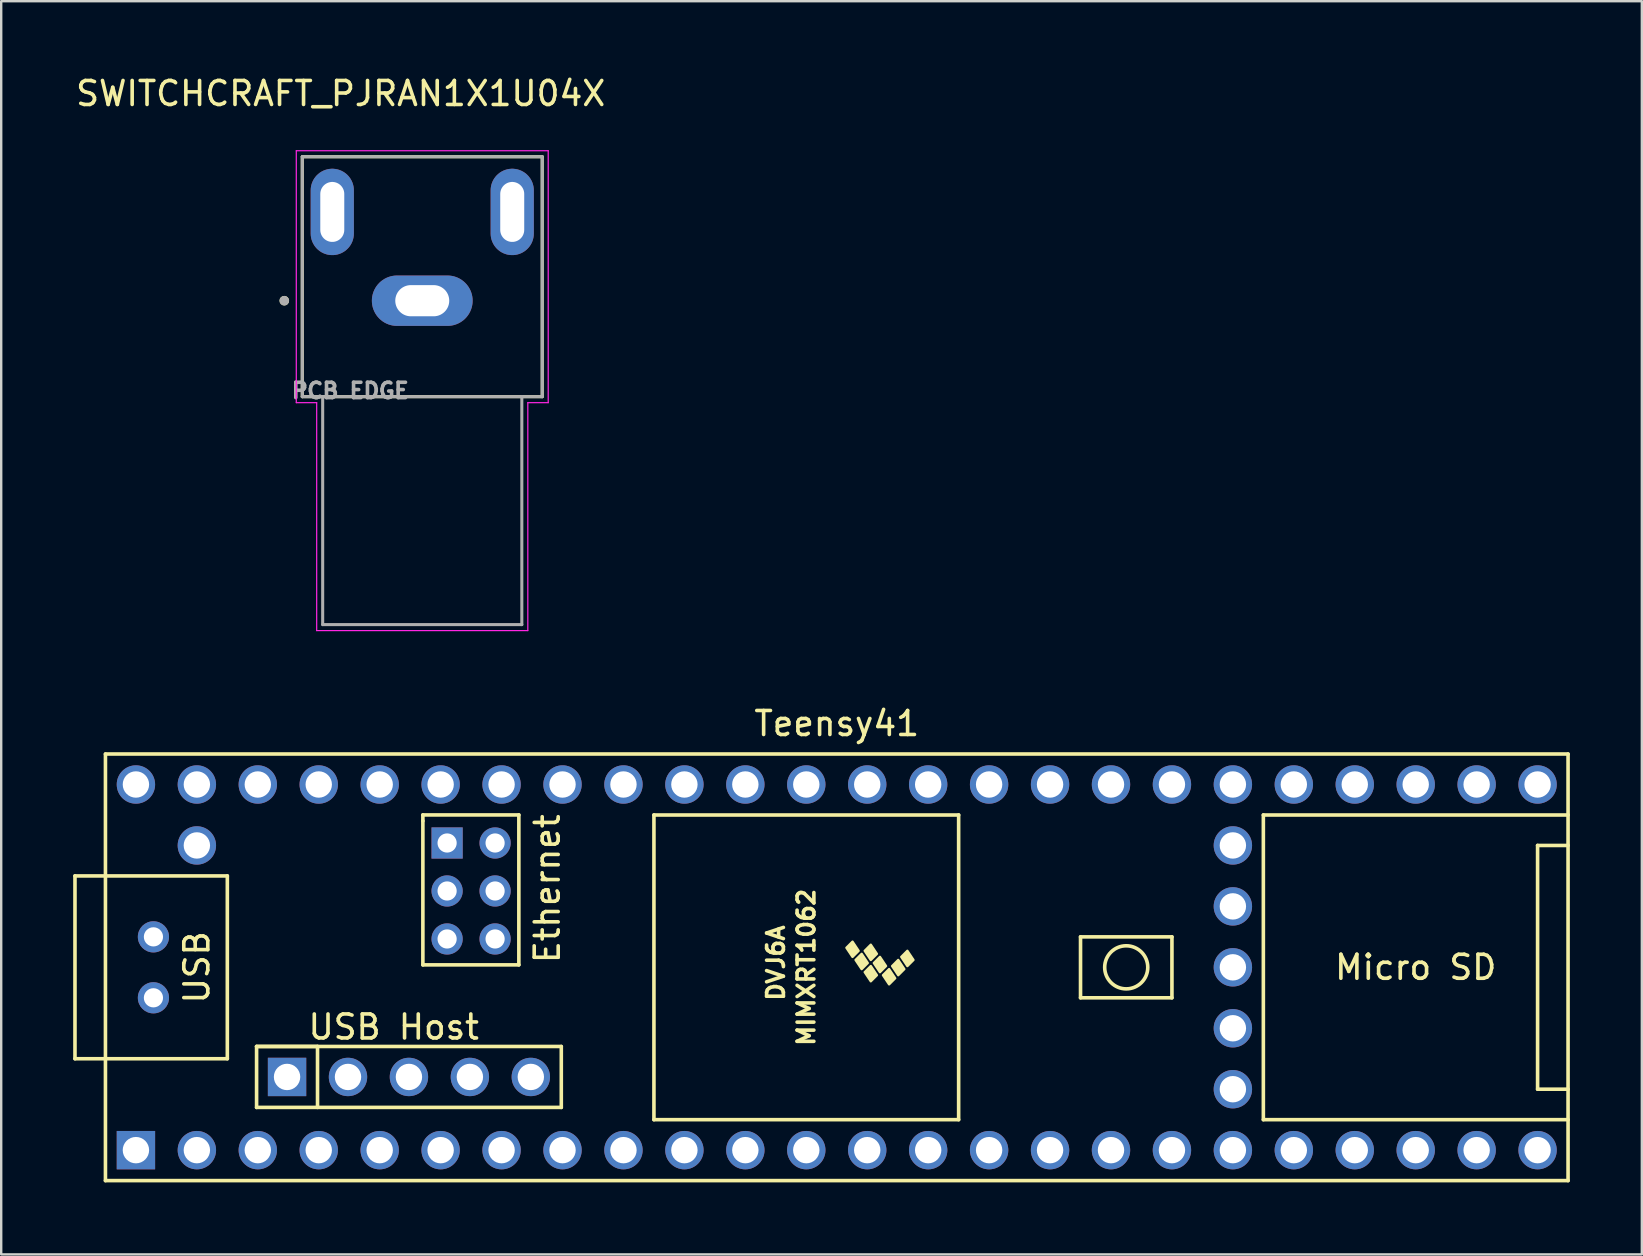
<source format=kicad_pcb>
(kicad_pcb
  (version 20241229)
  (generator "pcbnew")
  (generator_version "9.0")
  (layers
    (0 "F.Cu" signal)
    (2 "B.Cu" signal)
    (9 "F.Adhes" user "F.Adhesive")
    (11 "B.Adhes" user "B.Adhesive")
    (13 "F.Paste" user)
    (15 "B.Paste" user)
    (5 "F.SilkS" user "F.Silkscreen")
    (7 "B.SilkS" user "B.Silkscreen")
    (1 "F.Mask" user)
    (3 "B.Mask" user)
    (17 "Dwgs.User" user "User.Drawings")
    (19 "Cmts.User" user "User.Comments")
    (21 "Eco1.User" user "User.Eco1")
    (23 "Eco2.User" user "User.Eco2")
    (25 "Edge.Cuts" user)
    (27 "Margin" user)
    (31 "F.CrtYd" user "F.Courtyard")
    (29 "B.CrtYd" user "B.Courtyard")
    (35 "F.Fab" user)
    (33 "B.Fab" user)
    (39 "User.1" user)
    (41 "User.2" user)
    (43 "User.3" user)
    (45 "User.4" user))
  (footprint "Teensy41"
    (layer "F.Cu")
    (at 31.825 37.267)
    (property "Reference" "Teensy41" (at 0 -10.16 0) (layer "F.SilkS") (effects (font (size 1 1) (thickness 0.15))))
    (attr through_hole)
    (fp_line (start -31.75 -3.81) (end -30.48 -3.81) (stroke (width 0.15) (type solid)) (layer "F.SilkS"))
    (fp_line (start -31.75 3.81) (end -31.75 -3.81) (stroke (width 0.15) (type solid)) (layer "F.SilkS"))
    (fp_line (start -30.48 -8.89) (end 30.48 -8.89) (stroke (width 0.15) (type solid)) (layer "F.SilkS"))
    (fp_line (start -30.48 3.81) (end -31.75 3.81) (stroke (width 0.15) (type solid)) (layer "F.SilkS"))
    (fp_line (start -30.48 8.89) (end -30.48 -8.89) (stroke (width 0.15) (type solid)) (layer "F.SilkS"))
    (fp_line (start -25.4 -3.81) (end -30.48 -3.81) (stroke (width 0.15) (type solid)) (layer "F.SilkS"))
    (fp_line (start -25.4 3.81) (end -30.48 3.81) (stroke (width 0.15) (type solid)) (layer "F.SilkS"))
    (fp_line (start -25.4 3.81) (end -25.4 -3.81) (stroke (width 0.15) (type solid)) (layer "F.SilkS"))
    (fp_line (start -24.181 3.299) (end -21.641 3.299) (stroke (width 0.15) (type solid)) (layer "F.SilkS"))
    (fp_line (start -24.181 3.299) (end -11.481 3.299) (stroke (width 0.15) (type solid)) (layer "F.SilkS"))
    (fp_line (start -24.181 5.839) (end -24.181 3.299) (stroke (width 0.15) (type solid)) (layer "F.SilkS"))
    (fp_line (start -21.641 3.299) (end -21.641 5.839) (stroke (width 0.15) (type solid)) (layer "F.SilkS"))
    (fp_line (start -17.25 -6.352) (end -17.25 -6.102) (stroke (width 0.15) (type solid)) (layer "F.SilkS"))
    (fp_line (start -17.25 -6.102) (end -17.25 -0.102) (stroke (width 0.15) (type solid)) (layer "F.SilkS"))
    (fp_line (start -17.25 -0.102) (end -13.25 -0.102) (stroke (width 0.15) (type solid)) (layer "F.SilkS"))
    (fp_line (start -13.25 -6.352) (end -17.25 -6.352) (stroke (width 0.15) (type solid)) (layer "F.SilkS"))
    (fp_line (start -13.25 -0.102) (end -13.25 -6.352) (stroke (width 0.15) (type solid)) (layer "F.SilkS"))
    (fp_line (start -11.481 3.299) (end -11.481 5.839) (stroke (width 0.15) (type solid)) (layer "F.SilkS"))
    (fp_line (start -11.481 5.839) (end -24.181 5.839) (stroke (width 0.15) (type solid)) (layer "F.SilkS"))
    (fp_line (start -7.62 -6.35) (end -7.62 6.35) (stroke (width 0.15) (type solid)) (layer "F.SilkS"))
    (fp_line (start -7.62 6.35) (end 5.08 6.35) (stroke (width 0.15) (type solid)) (layer "F.SilkS"))
    (fp_line (start 5.08 -6.35) (end -7.62 -6.35) (stroke (width 0.15) (type solid)) (layer "F.SilkS"))
    (fp_line (start 5.08 6.35) (end 5.08 -6.35) (stroke (width 0.15) (type solid)) (layer "F.SilkS"))
    (fp_line (start 10.16 -1.27) (end 13.97 -1.27) (stroke (width 0.15) (type solid)) (layer "F.SilkS"))
    (fp_line (start 10.16 1.27) (end 10.16 -1.27) (stroke (width 0.15) (type solid)) (layer "F.SilkS"))
    (fp_line (start 13.97 -1.27) (end 13.97 1.27) (stroke (width 0.15) (type solid)) (layer "F.SilkS"))
    (fp_line (start 13.97 1.27) (end 10.16 1.27) (stroke (width 0.15) (type solid)) (layer "F.SilkS"))
    (fp_line (start 17.78 -6.35) (end 17.78 6.35) (stroke (width 0.15) (type solid)) (layer "F.SilkS"))
    (fp_line (start 17.78 6.35) (end 30.48 6.35) (stroke (width 0.15) (type solid)) (layer "F.SilkS"))
    (fp_line (start 29.21 -5.08) (end 29.21 5.08) (stroke (width 0.15) (type solid)) (layer "F.SilkS"))
    (fp_line (start 29.21 5.08) (end 30.48 5.08) (stroke (width 0.15) (type solid)) (layer "F.SilkS"))
    (fp_line (start 30.48 -8.89) (end 30.48 8.89) (stroke (width 0.15) (type solid)) (layer "F.SilkS"))
    (fp_line (start 30.48 -6.35) (end 17.78 -6.35) (stroke (width 0.15) (type solid)) (layer "F.SilkS"))
    (fp_line (start 30.48 -5.08) (end 29.21 -5.08) (stroke (width 0.15) (type solid)) (layer "F.SilkS"))
    (fp_line (start 30.48 8.89) (end -30.48 8.89) (stroke (width 0.15) (type solid)) (layer "F.SilkS"))
    (fp_circle (center 12.065 0) (end 12.7 -0.635) (stroke (width 0.15) (type solid)) (fill no) (layer "F.SilkS"))
    (fp_poly (pts (xy 0.911 -0.688) (xy 0.657 -0.434) (xy 0.403 -0.815) (xy 0.657 -1.069)) (stroke (width 0.1) (type solid)) (fill yes) (layer "F.SilkS"))
    (fp_poly (pts (xy 1.292 -0.18) (xy 1.038 0.074) (xy 0.784 -0.307) (xy 1.038 -0.561)) (stroke (width 0.1) (type solid)) (fill yes) (layer "F.SilkS"))
    (fp_poly (pts (xy 1.673 -0.561) (xy 1.419 -0.307) (xy 1.165 -0.688) (xy 1.419 -0.942)) (stroke (width 0.1) (type solid)) (fill yes) (layer "F.SilkS"))
    (fp_poly (pts (xy 1.673 0.328) (xy 1.419 0.582) (xy 1.165 0.201) (xy 1.419 -0.053)) (stroke (width 0.1) (type solid)) (fill yes) (layer "F.SilkS"))
    (fp_poly (pts (xy 2.054 -0.053) (xy 1.8 0.201) (xy 1.546 -0.18) (xy 1.8 -0.434)) (stroke (width 0.1) (type solid)) (fill yes) (layer "F.SilkS"))
    (fp_poly (pts (xy 2.435 0.455) (xy 2.181 0.709) (xy 1.927 0.328) (xy 2.181 0.074)) (stroke (width 0.1) (type solid)) (fill yes) (layer "F.SilkS"))
    (fp_poly (pts (xy 2.816 0.074) (xy 2.562 0.328) (xy 2.308 -0.053) (xy 2.562 -0.307)) (stroke (width 0.1) (type solid)) (fill yes) (layer "F.SilkS"))
    (fp_poly (pts (xy 3.197 -0.307) (xy 2.943 -0.053) (xy 2.689 -0.434) (xy 2.943 -0.688)) (stroke (width 0.1) (type solid)) (fill yes) (layer "F.SilkS"))
    (fp_text user "MIMXRT1062" (at -1.27 0 270) (layer "F.SilkS") (effects (font (size 0.7 0.7) (thickness 0.15))))
    (fp_text user "DVJ6A" (at -2.54 -0.18 270) (layer "F.SilkS") (effects (font (size 0.7 0.7) (thickness 0.15))))
    (fp_text user "Micro SD" (at 24.13 0 0) (layer "F.SilkS") (effects (font (size 1 1) (thickness 0.15))))
    (fp_text user "USB" (at -26.67 0 270) (layer "F.SilkS") (effects (font (size 1 1) (thickness 0.15))))
    (fp_text user "Ethernet" (at -12.065 -3.277 90) (layer "F.SilkS") (effects (font (size 1 1) (thickness 0.15))))
    (fp_text user "USB Host" (at -18.466 2.489 0) (layer "F.SilkS") (effects (font (size 1 1) (thickness 0.15))))
    (pad "1" thru_hole rect (at -29.21 7.62) (size 1.6 1.6) (drill 1.1) (layers "*.Cu" "*.Mask"))
    (pad "2" thru_hole circle (at -26.67 7.62) (size 1.6 1.6) (drill 1.1) (layers "*.Cu" "*.Mask"))
    (pad "3" thru_hole circle (at -24.13 7.62) (size 1.6 1.6) (drill 1.1) (layers "*.Cu" "*.Mask"))
    (pad "4" thru_hole circle (at -21.59 7.62) (size 1.6 1.6) (drill 1.1) (layers "*.Cu" "*.Mask"))
    (pad "5" thru_hole circle (at -19.05 7.62) (size 1.6 1.6) (drill 1.1) (layers "*.Cu" "*.Mask"))
    (pad "6" thru_hole circle (at -16.51 7.62) (size 1.6 1.6) (drill 1.1) (layers "*.Cu" "*.Mask"))
    (pad "7" thru_hole circle (at -13.97 7.62) (size 1.6 1.6) (drill 1.1) (layers "*.Cu" "*.Mask"))
    (pad "8" thru_hole circle (at -11.43 7.62) (size 1.6 1.6) (drill 1.1) (layers "*.Cu" "*.Mask"))
    (pad "9" thru_hole circle (at -8.89 7.62) (size 1.6 1.6) (drill 1.1) (layers "*.Cu" "*.Mask"))
    (pad "10" thru_hole circle (at -6.35 7.62) (size 1.6 1.6) (drill 1.1) (layers "*.Cu" "*.Mask"))
    (pad "11" thru_hole circle (at -3.81 7.62) (size 1.6 1.6) (drill 1.1) (layers "*.Cu" "*.Mask"))
    (pad "12" thru_hole circle (at -1.27 7.62) (size 1.6 1.6) (drill 1.1) (layers "*.Cu" "*.Mask"))
    (pad "13" thru_hole circle (at 1.27 7.62) (size 1.6 1.6) (drill 1.1) (layers "*.Cu" "*.Mask"))
    (pad "14" thru_hole circle (at 3.81 7.62) (size 1.6 1.6) (drill 1.1) (layers "*.Cu" "*.Mask"))
    (pad "15" thru_hole circle (at 6.35 7.62) (size 1.6 1.6) (drill 1.1) (layers "*.Cu" "*.Mask"))
    (pad "16" thru_hole circle (at 8.89 7.62) (size 1.6 1.6) (drill 1.1) (layers "*.Cu" "*.Mask"))
    (pad "17" thru_hole circle (at 11.43 7.62) (size 1.6 1.6) (drill 1.1) (layers "*.Cu" "*.Mask"))
    (pad "18" thru_hole circle (at 13.97 7.62) (size 1.6 1.6) (drill 1.1) (layers "*.Cu" "*.Mask"))
    (pad "19" thru_hole circle (at 16.51 7.62) (size 1.6 1.6) (drill 1.1) (layers "*.Cu" "*.Mask"))
    (pad "20" thru_hole circle (at 19.05 7.62) (size 1.6 1.6) (drill 1.1) (layers "*.Cu" "*.Mask"))
    (pad "21" thru_hole circle (at 21.59 7.62) (size 1.6 1.6) (drill 1.1) (layers "*.Cu" "*.Mask"))
    (pad "22" thru_hole circle (at 24.13 7.62) (size 1.6 1.6) (drill 1.1) (layers "*.Cu" "*.Mask"))
    (pad "23" thru_hole circle (at 26.67 7.62) (size 1.6 1.6) (drill 1.1) (layers "*.Cu" "*.Mask"))
    (pad "24" thru_hole circle (at 29.21 7.62) (size 1.6 1.6) (drill 1.1) (layers "*.Cu" "*.Mask"))
    (pad "25" thru_hole circle (at 29.21 -7.62) (size 1.6 1.6) (drill 1.1) (layers "*.Cu" "*.Mask"))
    (pad "26" thru_hole circle (at 26.67 -7.62) (size 1.6 1.6) (drill 1.1) (layers "*.Cu" "*.Mask"))
    (pad "27" thru_hole circle (at 24.13 -7.62) (size 1.6 1.6) (drill 1.1) (layers "*.Cu" "*.Mask"))
    (pad "28" thru_hole circle (at 21.59 -7.62) (size 1.6 1.6) (drill 1.1) (layers "*.Cu" "*.Mask"))
    (pad "29" thru_hole circle (at 19.05 -7.62) (size 1.6 1.6) (drill 1.1) (layers "*.Cu" "*.Mask"))
    (pad "30" thru_hole circle (at 16.51 -7.62) (size 1.6 1.6) (drill 1.1) (layers "*.Cu" "*.Mask"))
    (pad "31" thru_hole circle (at 13.97 -7.62) (size 1.6 1.6) (drill 1.1) (layers "*.Cu" "*.Mask"))
    (pad "32" thru_hole circle (at 11.43 -7.62) (size 1.6 1.6) (drill 1.1) (layers "*.Cu" "*.Mask"))
    (pad "33" thru_hole circle (at 8.89 -7.62) (size 1.6 1.6) (drill 1.1) (layers "*.Cu" "*.Mask"))
    (pad "34" thru_hole circle (at 6.35 -7.62) (size 1.6 1.6) (drill 1.1) (layers "*.Cu" "*.Mask"))
    (pad "35" thru_hole circle (at 3.81 -7.62) (size 1.6 1.6) (drill 1.1) (layers "*.Cu" "*.Mask"))
    (pad "36" thru_hole circle (at 1.27 -7.62) (size 1.6 1.6) (drill 1.1) (layers "*.Cu" "*.Mask"))
    (pad "37" thru_hole circle (at -1.27 -7.62) (size 1.6 1.6) (drill 1.1) (layers "*.Cu" "*.Mask"))
    (pad "38" thru_hole circle (at -3.81 -7.62) (size 1.6 1.6) (drill 1.1) (layers "*.Cu" "*.Mask"))
    (pad "39" thru_hole circle (at -6.35 -7.62) (size 1.6 1.6) (drill 1.1) (layers "*.Cu" "*.Mask"))
    (pad "40" thru_hole circle (at -8.89 -7.62) (size 1.6 1.6) (drill 1.1) (layers "*.Cu" "*.Mask"))
    (pad "41" thru_hole circle (at -11.43 -7.62) (size 1.6 1.6) (drill 1.1) (layers "*.Cu" "*.Mask"))
    (pad "42" thru_hole circle (at -13.97 -7.62) (size 1.6 1.6) (drill 1.1) (layers "*.Cu" "*.Mask"))
    (pad "43" thru_hole circle (at -16.51 -7.62) (size 1.6 1.6) (drill 1.1) (layers "*.Cu" "*.Mask"))
    (pad "44" thru_hole circle (at -19.05 -7.62) (size 1.6 1.6) (drill 1.1) (layers "*.Cu" "*.Mask"))
    (pad "45" thru_hole circle (at -21.59 -7.62) (size 1.6 1.6) (drill 1.1) (layers "*.Cu" "*.Mask"))
    (pad "46" thru_hole circle (at -24.13 -7.62) (size 1.6 1.6) (drill 1.1) (layers "*.Cu" "*.Mask"))
    (pad "47" thru_hole circle (at -26.67 -7.62) (size 1.6 1.6) (drill 1.1) (layers "*.Cu" "*.Mask"))
    (pad "48" thru_hole circle (at -29.21 -7.62) (size 1.6 1.6) (drill 1.1) (layers "*.Cu" "*.Mask"))
    (pad "49" thru_hole circle (at -26.67 -5.08) (size 1.6 1.6) (drill 1.1) (layers "*.Cu" "*.Mask"))
    (pad "50" thru_hole circle (at 16.51 5.08) (size 1.6 1.6) (drill 1.1) (layers "*.Cu" "*.Mask"))
    (pad "51" thru_hole circle (at 16.51 2.54) (size 1.6 1.6) (drill 1.1) (layers "*.Cu" "*.Mask"))
    (pad "52" thru_hole circle (at 16.51 0) (size 1.6 1.6) (drill 1.1) (layers "*.Cu" "*.Mask"))
    (pad "53" thru_hole circle (at 16.51 -2.54) (size 1.6 1.6) (drill 1.1) (layers "*.Cu" "*.Mask"))
    (pad "54" thru_hole circle (at 16.51 -5.08) (size 1.6 1.6) (drill 1.1) (layers "*.Cu" "*.Mask"))
    (pad "55" thru_hole rect (at -22.911 4.569) (size 1.6 1.6) (drill 1.1) (layers "*.Cu" "*.Mask"))
    (pad "56" thru_hole circle (at -20.371 4.569) (size 1.6 1.6) (drill 1.1) (layers "*.Cu" "*.Mask"))
    (pad "57" thru_hole circle (at -17.831 4.569) (size 1.6 1.6) (drill 1.1) (layers "*.Cu" "*.Mask"))
    (pad "58" thru_hole circle (at -15.291 4.569) (size 1.6 1.6) (drill 1.1) (layers "*.Cu" "*.Mask"))
    (pad "59" thru_hole circle (at -12.751 4.569) (size 1.6 1.6) (drill 1.1) (layers "*.Cu" "*.Mask"))
    (pad "60" thru_hole rect (at -16.24 -5.182) (size 1.3 1.3) (drill 0.8) (layers "*.Cu" "*.Mask"))
    (pad "61" thru_hole circle (at -16.24 -3.182) (size 1.3 1.3) (drill 0.8) (layers "*.Cu" "*.Mask"))
    (pad "62" thru_hole circle (at -16.24 -1.182) (size 1.3 1.3) (drill 0.8) (layers "*.Cu" "*.Mask"))
    (pad "63" thru_hole circle (at -14.24 -1.182) (size 1.3 1.3) (drill 0.8) (layers "*.Cu" "*.Mask"))
    (pad "64" thru_hole circle (at -14.24 -3.182) (size 1.3 1.3) (drill 0.8) (layers "*.Cu" "*.Mask"))
    (pad "65" thru_hole circle (at -14.24 -5.182) (size 1.3 1.3) (drill 0.8) (layers "*.Cu" "*.Mask"))
    (pad "66" thru_hole circle (at -28.48 -1.27) (size 1.3 1.3) (drill 0.8) (layers "*.Cu" "*.Mask"))
    (pad "67" thru_hole circle (at -28.48 1.27) (size 1.3 1.3) (drill 0.8) (layers "*.Cu" "*.Mask")))
  (footprint "SWITCHCRAFT_PJRAN1X1U04X"
    (layer "F.Cu")
    (at 14.549 9.483)
    (property "Reference" "SWITCHCRAFT_PJRAN1X1U04X" (at -3.4 -8.635 0) (layer "F.SilkS") (effects (font (size 1 1) (thickness 0.15))))
    (attr through_hole)
    (fp_line (start -5 -6) (end -5 4) (stroke (width 0.127) (type solid)) (layer "F.SilkS"))
    (fp_line (start -5 4) (end 5 4) (stroke (width 0.127) (type solid)) (layer "F.SilkS"))
    (fp_line (start 5 -6) (end -5 -6) (stroke (width 0.127) (type solid)) (layer "F.SilkS"))
    (fp_line (start 5 4) (end 5 -6) (stroke (width 0.127) (type solid)) (layer "F.SilkS"))
    (fp_circle (center -5.75 0) (end -5.65 0) (stroke (width 0.2) (type solid)) (fill no) (layer "F.SilkS"))
    (fp_line (start -5.25 -6.25) (end -5.25 4.25) (stroke (width 0.05) (type solid)) (layer "F.CrtYd"))
    (fp_line (start -5.25 4.25) (end -4.4 4.25) (stroke (width 0.05) (type solid)) (layer "F.CrtYd"))
    (fp_line (start -4.4 4.25) (end -4.4 13.75) (stroke (width 0.05) (type solid)) (layer "F.CrtYd"))
    (fp_line (start -4.4 13.75) (end 4.4 13.75) (stroke (width 0.05) (type solid)) (layer "F.CrtYd"))
    (fp_line (start 4.4 4.25) (end 5.25 4.25) (stroke (width 0.05) (type solid)) (layer "F.CrtYd"))
    (fp_line (start 4.4 13.75) (end 4.4 4.25) (stroke (width 0.05) (type solid)) (layer "F.CrtYd"))
    (fp_line (start 5.25 -6.25) (end -5.25 -6.25) (stroke (width 0.05) (type solid)) (layer "F.CrtYd"))
    (fp_line (start 5.25 4.25) (end 5.25 -6.25) (stroke (width 0.05) (type solid)) (layer "F.CrtYd"))
    (fp_line (start -5 -6) (end -5 4) (stroke (width 0.127) (type solid)) (layer "F.Fab"))
    (fp_line (start -5 4) (end -4.15 4) (stroke (width 0.127) (type solid)) (layer "F.Fab"))
    (fp_line (start -4.15 4) (end -4.15 13.5) (stroke (width 0.127) (type solid)) (layer "F.Fab"))
    (fp_line (start -4.15 4) (end 4.15 4) (stroke (width 0.127) (type solid)) (layer "F.Fab"))
    (fp_line (start -4.15 13.5) (end 4.15 13.5) (stroke (width 0.127) (type solid)) (layer "F.Fab"))
    (fp_line (start 4.15 4) (end 5 4) (stroke (width 0.127) (type solid)) (layer "F.Fab"))
    (fp_line (start 4.15 13.5) (end 4.15 4) (stroke (width 0.127) (type solid)) (layer "F.Fab"))
    (fp_line (start 5 -6) (end -5 -6) (stroke (width 0.127) (type solid)) (layer "F.Fab"))
    (fp_line (start 5 4) (end 5 -6) (stroke (width 0.127) (type solid)) (layer "F.Fab"))
    (fp_circle (center -5.75 0) (end -5.65 0) (stroke (width 0.2) (type solid)) (fill no) (layer "F.Fab"))
    (fp_text user "PCB EDGE" (at -3 3.75 0) (layer "F.Fab") (effects (font (size 0.64 0.64) (thickness 0.15))))
    (pad "1" thru_hole oval (at 0 0) (size 4.2 2.1) (drill oval 2.25 1.3) (layers "*.Cu" "*.Mask"))
    (pad "2" thru_hole oval (at -3.75 -3.7) (size 1.8 3.6) (drill oval 1 2.5) (layers "*.Cu" "*.Mask"))
    (pad "2" thru_hole oval (at 3.75 -3.7) (size 1.8 3.6) (drill oval 1 2.5) (layers "*.Cu" "*.Mask")))
  (gr_rect
    (start -3 -3)
    (end 65.38 49.231)
    (stroke (width 0.1) (type default))
    (fill no)
    (layer "Edge.Cuts")))
</source>
